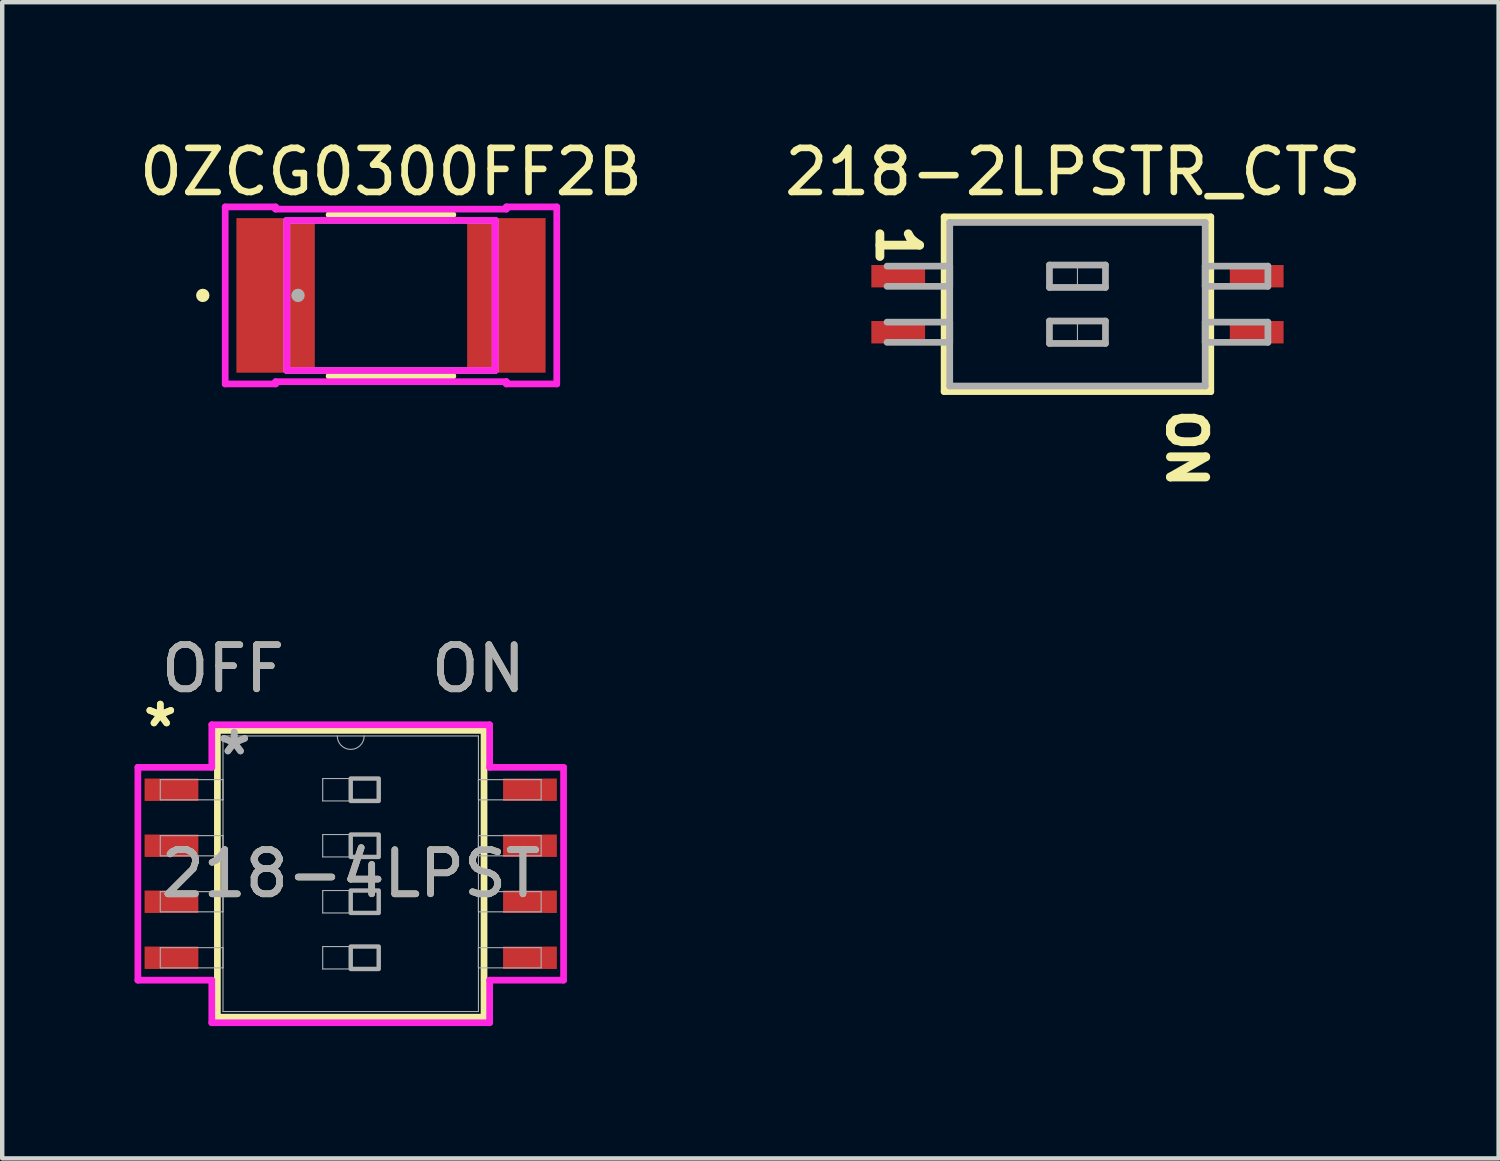
<source format=kicad_pcb>
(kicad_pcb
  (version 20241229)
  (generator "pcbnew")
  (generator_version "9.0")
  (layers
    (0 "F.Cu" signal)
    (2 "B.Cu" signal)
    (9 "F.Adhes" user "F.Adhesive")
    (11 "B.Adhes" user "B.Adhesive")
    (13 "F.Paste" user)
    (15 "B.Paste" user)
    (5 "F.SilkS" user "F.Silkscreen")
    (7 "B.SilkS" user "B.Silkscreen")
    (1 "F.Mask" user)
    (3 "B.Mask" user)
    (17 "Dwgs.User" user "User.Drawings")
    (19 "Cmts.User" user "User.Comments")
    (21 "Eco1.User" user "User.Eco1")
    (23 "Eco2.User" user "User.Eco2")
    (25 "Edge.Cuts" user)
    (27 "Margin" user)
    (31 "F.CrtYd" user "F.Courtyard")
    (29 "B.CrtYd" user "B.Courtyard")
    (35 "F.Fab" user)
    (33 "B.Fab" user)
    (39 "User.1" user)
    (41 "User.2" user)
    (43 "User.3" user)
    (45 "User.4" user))
  (footprint "218-2LPSTR_CTS"
    (layer "F.Cu")
    (at 21.38 3.848)
    (property "Reference" "218-2LPSTR_CTS" (at -0.1 -3 0) (layer "F.SilkS") (effects (font (size 1 1) (thickness 0.15))))
    (attr smd)
    (fp_line (start -3.023 -1.981) (end -3.023 1.981) (stroke (width 0.152) (type solid)) (layer "F.SilkS"))
    (fp_line (start -3.023 1.981) (end 3.023 1.981) (stroke (width 0.152) (type solid)) (layer "F.SilkS"))
    (fp_line (start 3.023 -1.981) (end -3.023 -1.981) (stroke (width 0.152) (type solid)) (layer "F.SilkS"))
    (fp_line (start 3.023 1.981) (end 3.023 -1.981) (stroke (width 0.152) (type solid)) (layer "F.SilkS"))
    (fp_line (start -4.318 -0.406) (end -2.896 -0.406) (stroke (width 0.152) (type solid)) (layer "F.Fab"))
    (fp_line (start -4.318 0.864) (end -2.896 0.864) (stroke (width 0.152) (type solid)) (layer "F.Fab"))
    (fp_line (start -2.896 -1.854) (end -2.896 1.854) (stroke (width 0.152) (type solid)) (layer "F.Fab"))
    (fp_line (start -2.896 -0.864) (end -4.318 -0.864) (stroke (width 0.152) (type solid)) (layer "F.Fab"))
    (fp_line (start -2.896 -0.406) (end -2.896 -0.864) (stroke (width 0.152) (type solid)) (layer "F.Fab"))
    (fp_line (start -2.896 0.406) (end -4.318 0.406) (stroke (width 0.152) (type solid)) (layer "F.Fab"))
    (fp_line (start -2.896 0.864) (end -2.896 0.406) (stroke (width 0.152) (type solid)) (layer "F.Fab"))
    (fp_line (start -2.896 1.854) (end 2.896 1.854) (stroke (width 0.152) (type solid)) (layer "F.Fab"))
    (fp_line (start -0.635 -0.889) (end 0.635 -0.889) (stroke (width 0.152) (type solid)) (layer "F.Fab"))
    (fp_line (start -0.635 -0.381) (end -0.635 -0.889) (stroke (width 0.152) (type solid)) (layer "F.Fab"))
    (fp_line (start -0.635 0.381) (end 0.635 0.381) (stroke (width 0.152) (type solid)) (layer "F.Fab"))
    (fp_line (start -0.635 0.889) (end -0.635 0.381) (stroke (width 0.152) (type solid)) (layer "F.Fab"))
    (fp_line (start 0.635 -0.889) (end 0.635 -0.381) (stroke (width 0.152) (type solid)) (layer "F.Fab"))
    (fp_line (start 0.635 -0.381) (end -0.635 -0.381) (stroke (width 0.152) (type solid)) (layer "F.Fab"))
    (fp_line (start 0.635 0.381) (end 0.635 0.889) (stroke (width 0.152) (type solid)) (layer "F.Fab"))
    (fp_line (start 0.635 0.889) (end -0.635 0.889) (stroke (width 0.152) (type solid)) (layer "F.Fab"))
    (fp_line (start 2.896 -1.854) (end -2.896 -1.854) (stroke (width 0.152) (type solid)) (layer "F.Fab"))
    (fp_line (start 2.896 -0.864) (end 2.896 -0.406) (stroke (width 0.152) (type solid)) (layer "F.Fab"))
    (fp_line (start 2.896 -0.406) (end 4.318 -0.406) (stroke (width 0.152) (type solid)) (layer "F.Fab"))
    (fp_line (start 2.896 0.406) (end 2.896 0.864) (stroke (width 0.152) (type solid)) (layer "F.Fab"))
    (fp_line (start 2.896 0.864) (end 4.318 0.864) (stroke (width 0.152) (type solid)) (layer "F.Fab"))
    (fp_line (start 2.896 1.854) (end 2.896 -1.854) (stroke (width 0.152) (type solid)) (layer "F.Fab"))
    (fp_line (start 4.318 -0.864) (end 2.896 -0.864) (stroke (width 0.152) (type solid)) (layer "F.Fab"))
    (fp_line (start 4.318 -0.406) (end 4.318 -0.864) (stroke (width 0.152) (type solid)) (layer "F.Fab"))
    (fp_line (start 4.318 0.406) (end 2.896 0.406) (stroke (width 0.152) (type solid)) (layer "F.Fab"))
    (fp_line (start 4.318 0.864) (end 4.318 0.406) (stroke (width 0.152) (type solid)) (layer "F.Fab"))
    (fp_poly (pts (xy 0 -0.889) (xy 0.635 -0.889) (xy 0.635 -0.381) (xy 0 -0.381)) (stroke (width 0.025) (type solid)) (fill no) (layer "F.Fab"))
    (fp_poly (pts (xy 0 0.381) (xy 0.635 0.381) (xy 0.635 0.889) (xy 0 0.889)) (stroke (width 0.025) (type solid)) (fill no) (layer "F.Fab"))
    (fp_text user "1" (at -4.6 -1.9 270) (unlocked yes) (layer "F.SilkS") (effects (font (size 0.9 0.9) (thickness 0.2) (bold yes)) (justify left bottom)))
    (fp_text user "ON" (at 2 2.3 270) (unlocked yes) (layer "F.SilkS") (effects (font (size 0.8 0.8) (thickness 0.2) (bold yes)) (justify left bottom)))
    (pad "1" smd rect (at -4.064 -0.635) (size 1.219 0.508) (layers "F.Cu" "F.Mask" "F.Paste"))
    (pad "2" smd rect (at -4.064 0.635) (size 1.219 0.508) (layers "F.Cu" "F.Mask" "F.Paste"))
    (pad "3" smd rect (at 4.064 0.635) (size 1.219 0.508) (layers "F.Cu" "F.Mask" "F.Paste"))
    (pad "4" smd rect (at 4.064 -0.635) (size 1.219 0.508) (layers "F.Cu" "F.Mask" "F.Paste")))
  (footprint "0ZCG0300FF2B"
    (layer "F.Cu")
    (at 5.815 3.648)
    (property "Reference" "0ZCG0300FF2B" (at 0 -2.8 0) (layer "F.SilkS") (effects (font (size 1 1) (thickness 0.15))))
    (attr through_hole)
    (fp_line (start -1.403 1.829) (end 1.403 1.829) (stroke (width 0.152) (type solid)) (layer "F.SilkS"))
    (fp_line (start 1.403 -1.829) (end -1.403 -1.829) (stroke (width 0.152) (type solid)) (layer "F.SilkS"))
    (fp_circle (center -4.267 0) (end -4.191 0) (stroke (width 0.152) (type solid)) (fill no) (layer "F.SilkS"))
    (fp_line (start -3.759 -2.007) (end -2.616 -2.007) (stroke (width 0.152) (type solid)) (layer "F.CrtYd"))
    (fp_line (start -3.759 2.007) (end -3.759 -2.007) (stroke (width 0.152) (type solid)) (layer "F.CrtYd"))
    (fp_line (start -2.616 -2.007) (end -2.616 -1.956) (stroke (width 0.152) (type solid)) (layer "F.CrtYd"))
    (fp_line (start -2.616 -1.956) (end 2.616 -1.956) (stroke (width 0.152) (type solid)) (layer "F.CrtYd"))
    (fp_line (start -2.616 1.956) (end -2.616 2.007) (stroke (width 0.152) (type solid)) (layer "F.CrtYd"))
    (fp_line (start -2.616 2.007) (end -3.759 2.007) (stroke (width 0.152) (type solid)) (layer "F.CrtYd"))
    (fp_line (start -2.362 -1.702) (end 2.362 -1.702) (stroke (width 0.152) (type solid)) (layer "F.CrtYd"))
    (fp_line (start -2.362 1.702) (end -2.362 -1.702) (stroke (width 0.152) (type solid)) (layer "F.CrtYd"))
    (fp_line (start 2.362 -1.702) (end 2.362 1.702) (stroke (width 0.152) (type solid)) (layer "F.CrtYd"))
    (fp_line (start 2.362 1.702) (end -2.362 1.702) (stroke (width 0.152) (type solid)) (layer "F.CrtYd"))
    (fp_line (start 2.616 -2.007) (end 3.759 -2.007) (stroke (width 0.152) (type solid)) (layer "F.CrtYd"))
    (fp_line (start 2.616 -1.956) (end 2.616 -2.007) (stroke (width 0.152) (type solid)) (layer "F.CrtYd"))
    (fp_line (start 2.616 1.956) (end -2.616 1.956) (stroke (width 0.152) (type solid)) (layer "F.CrtYd"))
    (fp_line (start 2.616 1.956) (end 2.616 1.956) (stroke (width 0.152) (type solid)) (layer "F.CrtYd"))
    (fp_line (start 2.616 2.007) (end 2.616 1.956) (stroke (width 0.152) (type solid)) (layer "F.CrtYd"))
    (fp_line (start 3.759 -2.007) (end 3.759 2.007) (stroke (width 0.152) (type solid)) (layer "F.CrtYd"))
    (fp_line (start 3.759 2.007) (end 2.616 2.007) (stroke (width 0.152) (type solid)) (layer "F.CrtYd"))
    (fp_line (start -2.362 -1.702) (end -2.362 1.702) (stroke (width 0.152) (type solid)) (layer "F.Fab"))
    (fp_line (start -2.362 1.702) (end 2.362 1.702) (stroke (width 0.152) (type solid)) (layer "F.Fab"))
    (fp_line (start 2.362 -1.702) (end -2.362 -1.702) (stroke (width 0.152) (type solid)) (layer "F.Fab"))
    (fp_line (start 2.362 1.702) (end 2.362 -1.702) (stroke (width 0.152) (type solid)) (layer "F.Fab"))
    (fp_circle (center -2.108 0) (end -2.032 0) (stroke (width 0.152) (type solid)) (fill no) (layer "F.Fab"))
    (pad "1" smd rect (at -2.616 0) (size 1.778 3.505) (layers "F.Cu" "F.Mask" "F.Paste"))
    (pad "2" smd rect (at 2.616 0) (size 1.778 3.505) (layers "F.Cu" "F.Mask" "F.Paste")))
  (footprint "218-4LPST"
    (layer "F.Cu")
    (at 4.902 16.761)
    (property "Reference" "218-4LPST" (at 0 0 0) (unlocked yes) (layer "F.SilkS") (effects (font (size 1 1) (thickness 0.15))))
    (attr smd)
    (fp_line (start -3.023 -3.251) (end -3.023 3.251) (stroke (width 0.152) (type solid)) (layer "F.SilkS"))
    (fp_line (start -3.023 3.251) (end 3.023 3.251) (stroke (width 0.152) (type solid)) (layer "F.SilkS"))
    (fp_line (start 3.023 -3.251) (end -3.023 -3.251) (stroke (width 0.152) (type solid)) (layer "F.SilkS"))
    (fp_line (start 3.023 3.251) (end 3.023 -3.251) (stroke (width 0.152) (type solid)) (layer "F.SilkS"))
    (fp_line (start -4.826 -2.413) (end -3.15 -2.413) (stroke (width 0.152) (type solid)) (layer "F.CrtYd"))
    (fp_line (start -4.826 2.413) (end -4.826 -2.413) (stroke (width 0.152) (type solid)) (layer "F.CrtYd"))
    (fp_line (start -3.15 -3.378) (end 3.15 -3.378) (stroke (width 0.152) (type solid)) (layer "F.CrtYd"))
    (fp_line (start -3.15 -2.413) (end -3.15 -3.378) (stroke (width 0.152) (type solid)) (layer "F.CrtYd"))
    (fp_line (start -3.15 2.413) (end -4.826 2.413) (stroke (width 0.152) (type solid)) (layer "F.CrtYd"))
    (fp_line (start -3.15 3.378) (end -3.15 2.413) (stroke (width 0.152) (type solid)) (layer "F.CrtYd"))
    (fp_line (start 3.15 -3.378) (end 3.15 -2.413) (stroke (width 0.152) (type solid)) (layer "F.CrtYd"))
    (fp_line (start 3.15 -2.413) (end 4.826 -2.413) (stroke (width 0.152) (type solid)) (layer "F.CrtYd"))
    (fp_line (start 3.15 2.413) (end 3.15 3.378) (stroke (width 0.152) (type solid)) (layer "F.CrtYd"))
    (fp_line (start 3.15 3.378) (end -3.15 3.378) (stroke (width 0.152) (type solid)) (layer "F.CrtYd"))
    (fp_line (start 4.826 -2.413) (end 4.826 2.413) (stroke (width 0.152) (type solid)) (layer "F.CrtYd"))
    (fp_line (start 4.826 2.413) (end 3.15 2.413) (stroke (width 0.152) (type solid)) (layer "F.CrtYd"))
    (fp_line (start -4.318 -2.134) (end -4.318 -1.676) (stroke (width 0.025) (type solid)) (layer "F.Fab"))
    (fp_line (start -4.318 -1.676) (end -2.896 -1.676) (stroke (width 0.025) (type solid)) (layer "F.Fab"))
    (fp_line (start -4.318 -0.864) (end -4.318 -0.406) (stroke (width 0.025) (type solid)) (layer "F.Fab"))
    (fp_line (start -4.318 -0.406) (end -2.896 -0.406) (stroke (width 0.025) (type solid)) (layer "F.Fab"))
    (fp_line (start -4.318 0.406) (end -4.318 0.864) (stroke (width 0.025) (type solid)) (layer "F.Fab"))
    (fp_line (start -4.318 0.864) (end -2.896 0.864) (stroke (width 0.025) (type solid)) (layer "F.Fab"))
    (fp_line (start -4.318 1.676) (end -4.318 2.134) (stroke (width 0.025) (type solid)) (layer "F.Fab"))
    (fp_line (start -4.318 2.134) (end -2.896 2.134) (stroke (width 0.025) (type solid)) (layer "F.Fab"))
    (fp_line (start -2.896 -3.124) (end -2.896 3.124) (stroke (width 0.025) (type solid)) (layer "F.Fab"))
    (fp_line (start -2.896 -2.134) (end -4.318 -2.134) (stroke (width 0.025) (type solid)) (layer "F.Fab"))
    (fp_line (start -2.896 -1.676) (end -2.896 -2.134) (stroke (width 0.025) (type solid)) (layer "F.Fab"))
    (fp_line (start -2.896 -0.864) (end -4.318 -0.864) (stroke (width 0.025) (type solid)) (layer "F.Fab"))
    (fp_line (start -2.896 -0.406) (end -2.896 -0.864) (stroke (width 0.025) (type solid)) (layer "F.Fab"))
    (fp_line (start -2.896 0.406) (end -4.318 0.406) (stroke (width 0.025) (type solid)) (layer "F.Fab"))
    (fp_line (start -2.896 0.864) (end -2.896 0.406) (stroke (width 0.025) (type solid)) (layer "F.Fab"))
    (fp_line (start -2.896 1.676) (end -4.318 1.676) (stroke (width 0.025) (type solid)) (layer "F.Fab"))
    (fp_line (start -2.896 2.134) (end -2.896 1.676) (stroke (width 0.025) (type solid)) (layer "F.Fab"))
    (fp_line (start -2.896 3.124) (end 2.896 3.124) (stroke (width 0.025) (type solid)) (layer "F.Fab"))
    (fp_line (start -0.635 -2.159) (end 0.635 -2.159) (stroke (width 0.025) (type solid)) (layer "F.Fab"))
    (fp_line (start -0.635 -1.651) (end -0.635 -2.159) (stroke (width 0.025) (type solid)) (layer "F.Fab"))
    (fp_line (start -0.635 -0.889) (end 0.635 -0.889) (stroke (width 0.025) (type solid)) (layer "F.Fab"))
    (fp_line (start -0.635 -0.381) (end -0.635 -0.889) (stroke (width 0.025) (type solid)) (layer "F.Fab"))
    (fp_line (start -0.635 0.381) (end 0.635 0.381) (stroke (width 0.025) (type solid)) (layer "F.Fab"))
    (fp_line (start -0.635 0.889) (end -0.635 0.381) (stroke (width 0.025) (type solid)) (layer "F.Fab"))
    (fp_line (start -0.635 1.651) (end 0.635 1.651) (stroke (width 0.025) (type solid)) (layer "F.Fab"))
    (fp_line (start -0.635 2.159) (end -0.635 1.651) (stroke (width 0.025) (type solid)) (layer "F.Fab"))
    (fp_line (start 0.635 -2.159) (end 0.635 -1.651) (stroke (width 0.025) (type solid)) (layer "F.Fab"))
    (fp_line (start 0.635 -1.651) (end -0.635 -1.651) (stroke (width 0.025) (type solid)) (layer "F.Fab"))
    (fp_line (start 0.635 -0.889) (end 0.635 -0.381) (stroke (width 0.025) (type solid)) (layer "F.Fab"))
    (fp_line (start 0.635 -0.381) (end -0.635 -0.381) (stroke (width 0.025) (type solid)) (layer "F.Fab"))
    (fp_line (start 0.635 0.381) (end 0.635 0.889) (stroke (width 0.025) (type solid)) (layer "F.Fab"))
    (fp_line (start 0.635 0.889) (end -0.635 0.889) (stroke (width 0.025) (type solid)) (layer "F.Fab"))
    (fp_line (start 0.635 1.651) (end 0.635 2.159) (stroke (width 0.025) (type solid)) (layer "F.Fab"))
    (fp_line (start 0.635 2.159) (end -0.635 2.159) (stroke (width 0.025) (type solid)) (layer "F.Fab"))
    (fp_line (start 2.896 -3.124) (end -2.896 -3.124) (stroke (width 0.025) (type solid)) (layer "F.Fab"))
    (fp_line (start 2.896 -2.134) (end 2.896 -1.676) (stroke (width 0.025) (type solid)) (layer "F.Fab"))
    (fp_line (start 2.896 -1.676) (end 4.318 -1.676) (stroke (width 0.025) (type solid)) (layer "F.Fab"))
    (fp_line (start 2.896 -0.864) (end 2.896 -0.406) (stroke (width 0.025) (type solid)) (layer "F.Fab"))
    (fp_line (start 2.896 -0.406) (end 4.318 -0.406) (stroke (width 0.025) (type solid)) (layer "F.Fab"))
    (fp_line (start 2.896 0.406) (end 2.896 0.864) (stroke (width 0.025) (type solid)) (layer "F.Fab"))
    (fp_line (start 2.896 0.864) (end 4.318 0.864) (stroke (width 0.025) (type solid)) (layer "F.Fab"))
    (fp_line (start 2.896 1.676) (end 2.896 2.134) (stroke (width 0.025) (type solid)) (layer "F.Fab"))
    (fp_line (start 2.896 2.134) (end 4.318 2.134) (stroke (width 0.025) (type solid)) (layer "F.Fab"))
    (fp_line (start 2.896 3.124) (end 2.896 -3.124) (stroke (width 0.025) (type solid)) (layer "F.Fab"))
    (fp_line (start 4.318 -2.134) (end 2.896 -2.134) (stroke (width 0.025) (type solid)) (layer "F.Fab"))
    (fp_line (start 4.318 -1.676) (end 4.318 -2.134) (stroke (width 0.025) (type solid)) (layer "F.Fab"))
    (fp_line (start 4.318 -0.864) (end 2.896 -0.864) (stroke (width 0.025) (type solid)) (layer "F.Fab"))
    (fp_line (start 4.318 -0.406) (end 4.318 -0.864) (stroke (width 0.025) (type solid)) (layer "F.Fab"))
    (fp_line (start 4.318 0.406) (end 2.896 0.406) (stroke (width 0.025) (type solid)) (layer "F.Fab"))
    (fp_line (start 4.318 0.864) (end 4.318 0.406) (stroke (width 0.025) (type solid)) (layer "F.Fab"))
    (fp_line (start 4.318 1.676) (end 2.896 1.676) (stroke (width 0.025) (type solid)) (layer "F.Fab"))
    (fp_line (start 4.318 2.134) (end 4.318 1.676) (stroke (width 0.025) (type solid)) (layer "F.Fab"))
    (fp_arc (start 0.3048 -3.1242) (mid 0 -2.8194) (end -0.3048 -3.1242) (stroke (width 0.0254) (type solid)) (layer "F.Fab"))
    (fp_poly (pts (xy 0 -2.159) (xy 0.635 -2.159) (xy 0.635 -1.651) (xy 0 -1.651)) (stroke (width 0.1) (type solid)) (fill no) (layer "F.Fab"))
    (fp_poly (pts (xy 0 -0.889) (xy 0.635 -0.889) (xy 0.635 -0.381) (xy 0 -0.381)) (stroke (width 0.1) (type solid)) (fill no) (layer "F.Fab"))
    (fp_poly (pts (xy 0 0.381) (xy 0.635 0.381) (xy 0.635 0.889) (xy 0 0.889)) (stroke (width 0.1) (type solid)) (fill no) (layer "F.Fab"))
    (fp_poly (pts (xy 0 1.651) (xy 0.635 1.651) (xy 0.635 2.159) (xy 0 2.159)) (stroke (width 0.1) (type solid)) (fill no) (layer "F.Fab"))
    (fp_text user "*" (at -4.318 -3.302 0) (layer "F.SilkS") (effects (font (size 1 1) (thickness 0.15))))
    (fp_text user "OFF" (at -2.896 -4.648 0) (unlocked yes) (layer "F.SilkS") (effects (font (size 1 1) (thickness 0.15))))
    (fp_text user "ON" (at 2.896 -4.648 0) (unlocked yes) (layer "F.SilkS") (effects (font (size 1 1) (thickness 0.15))))
    (fp_text user "*" (at -4.318 -3.302 0) (unlocked yes) (layer "F.SilkS") (effects (font (size 1 1) (thickness 0.15))))
    (fp_text user "${REFERENCE}" (at 0 0 0) (unlocked yes) (layer "F.Fab") (effects (font (size 1 1) (thickness 0.15))))
    (fp_text user "*" (at -2.642 -2.667 0) (layer "F.Fab") (effects (font (size 1 1) (thickness 0.15))))
    (fp_text user "OFF" (at -2.896 -4.648 0) (unlocked yes) (layer "F.Fab") (effects (font (size 1 1) (thickness 0.15))))
    (fp_text user "*" (at -2.642 -2.667 0) (unlocked yes) (layer "F.Fab") (effects (font (size 1 1) (thickness 0.15))))
    (fp_text user "ON" (at 2.896 -4.648 0) (unlocked yes) (layer "F.Fab") (effects (font (size 1 1) (thickness 0.15))))
    (pad "1" smd rect (at -4.064 -1.905) (size 1.219 0.508) (layers "F.Cu" "F.Mask" "F.Paste"))
    (pad "2" smd rect (at -4.064 -0.635) (size 1.219 0.508) (layers "F.Cu" "F.Mask" "F.Paste"))
    (pad "3" smd rect (at -4.064 0.635) (size 1.219 0.508) (layers "F.Cu" "F.Mask" "F.Paste"))
    (pad "4" smd rect (at -4.064 1.905) (size 1.219 0.508) (layers "F.Cu" "F.Mask" "F.Paste"))
    (pad "5" smd rect (at 4.064 1.905) (size 1.219 0.508) (layers "F.Cu" "F.Mask" "F.Paste"))
    (pad "6" smd rect (at 4.064 0.635) (size 1.219 0.508) (layers "F.Cu" "F.Mask" "F.Paste"))
    (pad "7" smd rect (at 4.064 -0.635) (size 1.219 0.508) (layers "F.Cu" "F.Mask" "F.Paste"))
    (pad "8" smd rect (at 4.064 -1.905) (size 1.219 0.508) (layers "F.Cu" "F.Mask" "F.Paste")))
  (gr_rect
    (start -3 -3)
    (end 30.929 23.215)
    (stroke (width 0.1) (type default))
    (fill no)
    (layer "Edge.Cuts")))
</source>
